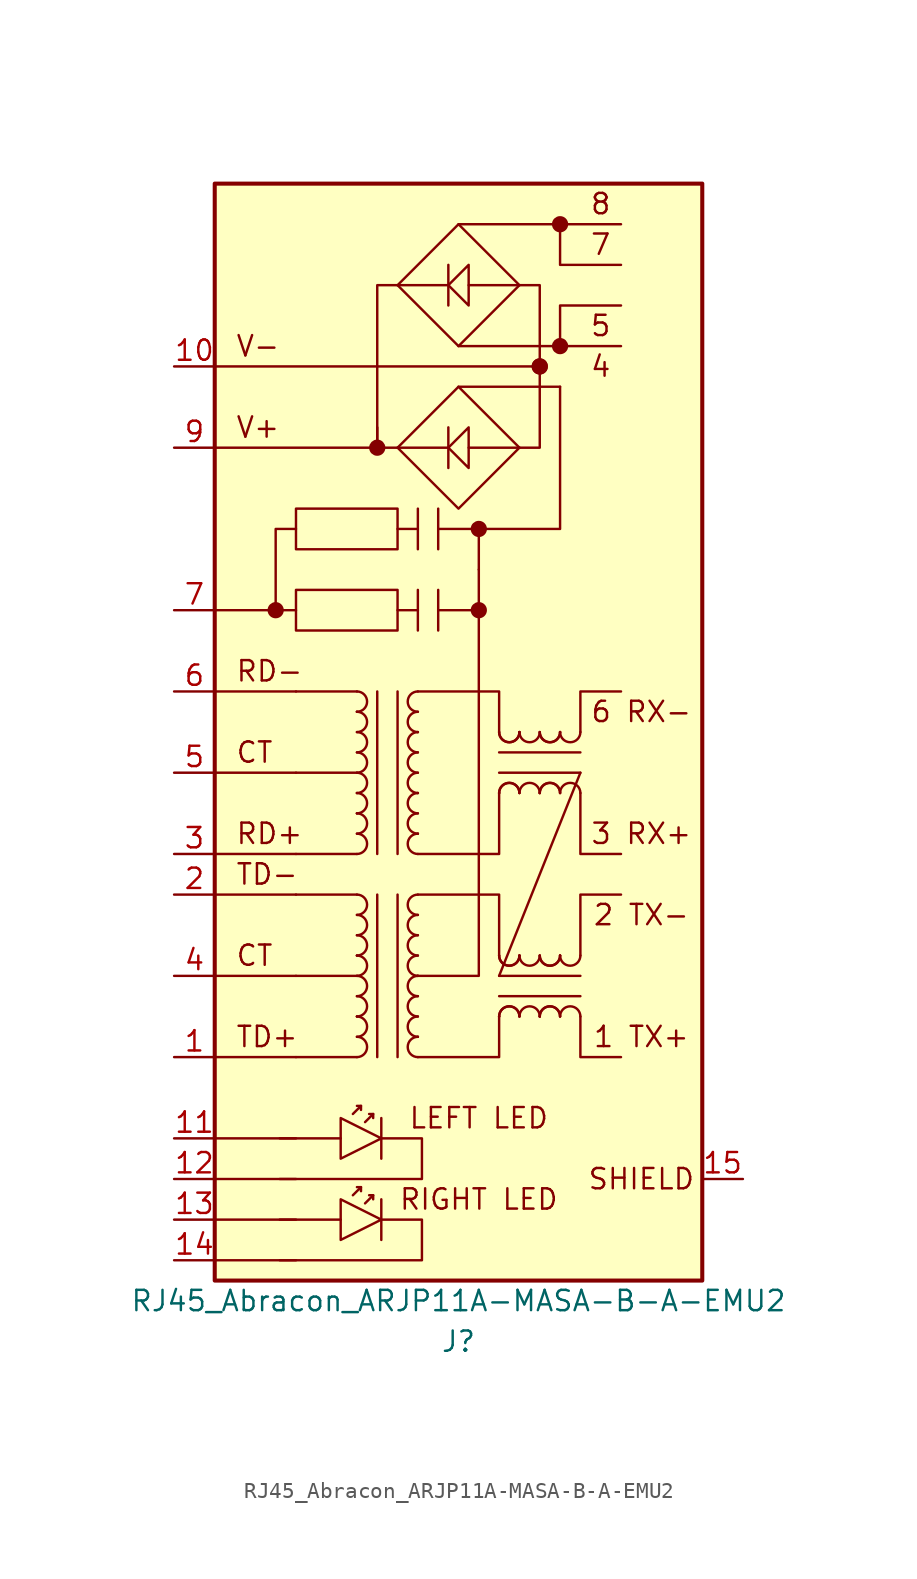
<source format=kicad_sym>
(kicad_symbol_lib
  (version 20220914)
  (generator kicad_symbol_editor)
  (symbol "RJ45_Abracon_ARJP11A-MASA-B-A-EMU2"
    (pin_names
      (offset 1.016) hide)
    (property "Reference" "J"
      (at 0 -38.1 0)
      (effects (font (size 1.27 1.27))))
    (property "Value" "RJ45_Abracon_ARJP11A-MASA-B-A-EMU2"
      (at 0 -35.56 0)
      (effects (font (size 1.27 1.27))))
    (symbol "RJ45_Abracon_ARJP11A-MASA-B-A-EMU2_0_0"
      (rectangle (start -15.24 -34.29) (end 15.24 34.29) (stroke (width 0.254) (type solid)) (fill (type background)))
      (rectangle (start -3.81 8.89) (end -10.16 6.35) (stroke (width 0) (type solid)) (fill (type none)))
      (polyline (pts (xy -15.24 -33.02) (xy -10.16 -33.02)) (stroke (width 0) (type solid)) (fill (type none)))
      (polyline (pts (xy -15.24 -30.48) (xy -10.16 -30.48)) (stroke (width 0) (type solid)) (fill (type none)))
      (polyline (pts (xy -15.24 -27.94) (xy -10.16 -27.94)) (stroke (width 0) (type solid)) (fill (type none)))
      (polyline (pts (xy -15.24 -25.4) (xy -10.16 -25.4)) (stroke (width 0) (type solid)) (fill (type none)))
      (polyline (pts (xy -15.24 -20.32) (xy -10.16 -20.32)) (stroke (width 0) (type solid)) (fill (type none)))
      (polyline (pts (xy -15.24 -15.24) (xy -10.16 -15.24)) (stroke (width 0) (type solid)) (fill (type none)))
      (polyline (pts (xy -15.24 -10.16) (xy -10.16 -10.16)) (stroke (width 0) (type solid)) (fill (type none)))
      (polyline (pts (xy -15.24 -7.62) (xy -10.16 -7.62)) (stroke (width 0) (type solid)) (fill (type none)))
      (polyline (pts (xy -15.24 -2.54) (xy -10.16 -2.54)) (stroke (width 0) (type solid)) (fill (type none)))
      (polyline (pts (xy -15.24 2.54) (xy -10.16 2.54)) (stroke (width 0) (type solid)) (fill (type none)))
      (polyline (pts (xy -15.24 22.86) (xy 5.08 22.86)) (stroke (width 0) (type solid)) (fill (type none)))
      (polyline (pts (xy -11.43 7.62) (xy -15.24 7.62)) (stroke (width 0) (type solid)) (fill (type none)))
      (polyline (pts (xy -11.176 -25.4) (xy -7.366 -25.4)) (stroke (width 0) (type solid)) (fill (type none)))
      (polyline (pts (xy -10.16 7.62) (xy -11.43 7.62)) (stroke (width 0) (type solid)) (fill (type none)))
      (polyline (pts (xy -5.08 17.78) (xy -15.24 17.78)) (stroke (width 0) (type solid)) (fill (type none)))
      (polyline (pts (xy -5.08 17.78) (xy -3.81 17.78)) (stroke (width 0) (type solid)) (fill (type none)))
      (polyline (pts (xy -5.08 19.05) (xy -5.08 17.78)) (stroke (width 0) (type solid)) (fill (type none)))
      (polyline (pts (xy -3.81 7.62) (xy -2.54 7.62)) (stroke (width 0) (type solid)) (fill (type none)))
      (polyline (pts (xy -3.81 12.7) (xy -2.54 12.7)) (stroke (width 0) (type solid)) (fill (type none)))
      (polyline (pts (xy -2.54 8.89) (xy -2.54 6.35)) (stroke (width 0) (type solid)) (fill (type none)))
      (polyline (pts (xy -1.27 8.89) (xy -1.27 6.35)) (stroke (width 0) (type solid)) (fill (type none)))
      (polyline (pts (xy -1.27 13.97) (xy -1.27 11.43)) (stroke (width 0) (type solid)) (fill (type none)))
      (polyline (pts (xy 0 21.59) (xy 6.35 21.59)) (stroke (width 0) (type solid)) (fill (type none)))
      (polyline (pts (xy 0 24.13) (xy 10.16 24.13)) (stroke (width 0) (type solid)) (fill (type none)))
      (polyline (pts (xy 0 31.75) (xy 10.16 31.75)) (stroke (width 0) (type solid)) (fill (type none)))
      (polyline (pts (xy 1.27 10.16) (xy 1.27 12.7)) (stroke (width 0) (type solid)) (fill (type none)))
      (polyline (pts (xy -10.16 12.7) (xy -11.43 12.7) (xy -11.43 7.62)) (stroke (width 0) (type solid)) (fill (type none)))
      (polyline (pts (xy -3.81 27.94) (xy -5.08 27.94) (xy -5.08 17.78)) (stroke (width 0) (type solid)) (fill (type none)))
      (polyline (pts (xy -1.27 12.7) (xy 0 12.7) (xy 1.27 12.7)) (stroke (width 0) (type solid)) (fill (type none)))
      (polyline (pts (xy 1.27 12.7) (xy 6.35 12.7) (xy 6.35 21.59)) (stroke (width 0) (type solid)) (fill (type none)))
      (polyline (pts (xy 6.35 24.13) (xy 6.35 26.67) (xy 10.16 26.67)) (stroke (width 0) (type solid)) (fill (type none)))
      (polyline (pts (xy 6.35 31.75) (xy 6.35 29.21) (xy 10.16 29.21)) (stroke (width 0) (type solid)) (fill (type none)))
      (polyline (pts (xy -4.826 -25.4) (xy -2.286 -25.4) (xy -2.286 -27.94) (xy -11.176 -27.94)) (stroke (width 0) (type solid)) (fill (type none)))
      (polyline (pts (xy -2.54 -15.24) (xy -1.27 -15.24) (xy 1.27 -15.24) (xy 1.27 10.16)) (stroke (width 0) (type solid)) (fill (type none)))
      (polyline (pts (xy 3.81 17.78) (xy 5.08 17.78) (xy 5.08 27.94) (xy 3.81 27.94)) (stroke (width 0) (type solid)) (fill (type none)))
      (polyline (pts (xy -3.81 17.78) (xy 0 13.97) (xy 3.81 17.78) (xy 0 21.59) (xy -3.81 17.78)) (stroke (width 0) (type solid)) (fill (type none)))
      (circle (center 1.27 7.62) (radius 0.0001) (stroke (width 0.508) (type solid)) (fill (type none)))
      (text "1 TX+" (at 11.43 -19.05 0) (effects (font (size 1.27 1.27))))
      (text "2 TX-" (at 11.43 -11.43 0) (effects (font (size 1.27 1.27))))
      (text "3 RX+" (at 11.43 -6.35 0) (effects (font (size 1.27 1.27))))
      (text "4" (at 8.89 22.86 0) (effects (font (size 1.27 1.27))))
      (text "5" (at 8.89 25.4 0) (effects (font (size 1.27 1.27))))
      (text "6 RX-" (at 11.43 1.27 0) (effects (font (size 1.27 1.27))))
      (text "7" (at 8.89 30.48 0) (effects (font (size 1.27 1.27))))
      (text "8" (at 8.89 33.02 0) (effects (font (size 1.27 1.27))))
      (text "CT" (at -13.97 -1.27 0) (effects (font (size 1.27 1.27)) (justify left)))
      (text "LEFT LED" (at 1.27 -24.13 0) (effects (font (size 1.27 1.27))))
      (text "RD-" (at -13.97 3.81 0) (effects (font (size 1.27 1.27)) (justify left)))
      (text "SHIELD" (at 11.43 -27.94 0) (effects (font (size 1.27 1.27))))
      (text "V+" (at -13.97 19.05 0) (effects (font (size 1.27 1.27)) (justify left)))
      (text "V-" (at -13.97 24.13 0) (effects (font (size 1.27 1.27)) (justify left))))
    (symbol "RJ45_Abracon_ARJP11A-MASA-B-A-EMU2_0_1"
      (arc (start -6.35 -16.51) (mid -5.7177 -15.875) (end -6.35 -15.24) (stroke (width 0) (type solid)) (fill (type none)))
      (arc (start -6.35 -15.24) (mid -5.7177 -14.605) (end -6.35 -13.97) (stroke (width 0) (type solid)) (fill (type none)))
      (arc (start -6.35 -13.97) (mid -6.35 -16.51) (end -6.35 -13.97) (stroke (width 0) (type solid)) (fill (type none)))
      (arc (start -6.35 -11.43) (mid -5.7177 -10.795) (end -6.35 -10.16) (stroke (width 0) (type solid)) (fill (type none)))
      (polyline (pts (xy -6.35 -20.32) (xy -10.16 -20.32)) (stroke (width 0) (type solid)) (fill (type none)))
      (polyline (pts (xy -6.35 -15.24) (xy -10.16 -15.24)) (stroke (width 0) (type solid)) (fill (type none)))
      (polyline (pts (xy -6.35 -10.16) (xy -10.16 -10.16)) (stroke (width 0) (type solid)) (fill (type none)))
      (polyline (pts (xy -6.35 -7.62) (xy -10.16 -7.62)) (stroke (width 0) (type solid)) (fill (type none)))
      (polyline (pts (xy -6.35 -2.54) (xy -10.16 -2.54)) (stroke (width 0) (type solid)) (fill (type none)))
      (polyline (pts (xy -6.35 2.54) (xy -10.16 2.54)) (stroke (width 0) (type solid)) (fill (type none)))
      (polyline (pts (xy -6.096 -28.448) (xy -6.35 -28.448)) (stroke (width 0) (type solid)) (fill (type none)))
      (polyline (pts (xy -5.334 -28.956) (xy -5.588 -28.956)) (stroke (width 0) (type solid)) (fill (type none)))
      (polyline (pts (xy -4.826 -24.13) (xy -4.826 -26.67)) (stroke (width 0) (type solid)) (fill (type none)))
      (polyline (pts (xy -1.27 7.62) (xy 1.27 7.62)) (stroke (width 0) (type solid)) (fill (type none)))
      (polyline (pts (xy -0.635 17.78) (xy -3.81 17.78)) (stroke (width 0) (type solid)) (fill (type none)))
      (polyline (pts (xy -0.635 19.05) (xy -0.635 16.51)) (stroke (width 0) (type solid)) (fill (type none)))
      (polyline (pts (xy 0.635 17.78) (xy 3.81 17.78)) (stroke (width 0) (type solid)) (fill (type none)))
      (polyline (pts (xy -6.604 -28.956) (xy -6.096 -28.448) (xy -6.096 -28.702)) (stroke (width 0) (type solid)) (fill (type none)))
      (polyline (pts (xy -5.842 -29.464) (xy -5.334 -28.956) (xy -5.334 -29.21)) (stroke (width 0) (type solid)) (fill (type none)))
      (polyline (pts (xy -7.366 -24.13) (xy -7.366 -26.67) (xy -4.826 -25.4) (xy -7.366 -24.13)) (stroke (width 0) (type solid)) (fill (type none)))
      (polyline (pts (xy 0.635 19.05) (xy 0.635 16.51) (xy -0.635 17.78) (xy 0.635 19.05)) (stroke (width 0) (type solid)) (fill (type none))))
    (symbol "RJ45_Abracon_ARJP11A-MASA-B-A-EMU2_1_1"
      (circle (center -11.43 7.62) (radius 0.0001) (stroke (width 0.508) (type solid)) (fill (type none)))
      (arc (start -6.35 -20.32) (mid -5.7177 -19.685) (end -6.35 -19.05) (stroke (width 0) (type solid)) (fill (type none)))
      (arc (start -6.35 -19.05) (mid -5.7177 -18.415) (end -6.35 -17.78) (stroke (width 0) (type solid)) (fill (type none)))
      (arc (start -6.35 -17.78) (mid -6.35 -20.32) (end -6.35 -17.78) (stroke (width 0) (type solid)) (fill (type none)))
      (arc (start -6.35 -17.78) (mid -5.7177 -17.145) (end -6.35 -16.51) (stroke (width 0) (type solid)) (fill (type none)))
      (arc (start -6.35 -13.97) (mid -5.7177 -13.335) (end -6.35 -12.7) (stroke (width 0) (type solid)) (fill (type none)))
      (arc (start -6.35 -12.7) (mid -5.7177 -12.065) (end -6.35 -11.43) (stroke (width 0) (type solid)) (fill (type none)))
      (arc (start -6.35 -7.62) (mid -5.7177 -6.985) (end -6.35 -6.35) (stroke (width 0) (type solid)) (fill (type none)))
      (arc (start -6.35 -6.35) (mid -5.7177 -5.715) (end -6.35 -5.08) (stroke (width 0) (type solid)) (fill (type none)))
      (arc (start -6.35 -5.08) (mid -6.35 -7.62) (end -6.35 -5.08) (stroke (width 0) (type solid)) (fill (type none)))
      (arc (start -6.35 -5.08) (mid -5.7177 -4.445) (end -6.35 -3.81) (stroke (width 0) (type solid)) (fill (type none)))
      (arc (start -6.35 -3.81) (mid -6.35 -6.35) (end -6.35 -3.81) (stroke (width 0) (type solid)) (fill (type none)))
      (arc (start -6.35 -3.81) (mid -5.7177 -3.175) (end -6.35 -2.54) (stroke (width 0) (type solid)) (fill (type none)))
      (arc (start -6.35 -2.54) (mid -5.7177 -1.905) (end -6.35 -1.27) (stroke (width 0) (type solid)) (fill (type none)))
      (arc (start -6.35 -1.27) (mid -5.7177 -0.635) (end -6.35 0) (stroke (width 0) (type solid)) (fill (type none)))
      (arc (start -6.35 0) (mid -5.7177 0.635) (end -6.35 1.27) (stroke (width 0) (type solid)) (fill (type none)))
      (arc (start -6.35 1.27) (mid -6.35 -1.27) (end -6.35 1.27) (stroke (width 0) (type solid)) (fill (type none)))
      (arc (start -6.35 1.27) (mid -5.7177 1.905) (end -6.35 2.54) (stroke (width 0) (type solid)) (fill (type none)))
      (circle (center -5.08 17.78) (radius 0.0001) (stroke (width 0.508) (type solid)) (fill (type none)))
      (rectangle (start -3.81 13.97) (end -10.16 11.43) (stroke (width 0) (type solid)) (fill (type none)))
      (arc (start -2.54 -19.05) (mid -3.1723 -19.685) (end -2.54 -20.32) (stroke (width 0) (type solid)) (fill (type none)))
      (arc (start -2.54 -19.05) (mid -2.54 -16.51) (end -2.54 -19.05) (stroke (width 0) (type solid)) (fill (type none)))
      (arc (start -2.54 -17.78) (mid -3.1723 -18.415) (end -2.54 -19.05) (stroke (width 0) (type solid)) (fill (type none)))
      (arc (start -2.54 -16.51) (mid -3.1723 -17.145) (end -2.54 -17.78) (stroke (width 0) (type solid)) (fill (type none)))
      (arc (start -2.54 -15.24) (mid -3.1723 -15.875) (end -2.54 -16.51) (stroke (width 0) (type solid)) (fill (type none)))
      (arc (start -2.54 -15.24) (mid -2.54 -12.7) (end -2.54 -15.24) (stroke (width 0) (type solid)) (fill (type none)))
      (arc (start -2.54 -13.97) (mid -3.1723 -14.605) (end -2.54 -15.24) (stroke (width 0) (type solid)) (fill (type none)))
      (arc (start -2.54 -12.7) (mid -3.1723 -13.335) (end -2.54 -13.97) (stroke (width 0) (type solid)) (fill (type none)))
      (arc (start -2.54 -11.43) (mid -3.1723 -12.065) (end -2.54 -12.7) (stroke (width 0) (type solid)) (fill (type none)))
      (arc (start -2.54 -10.16) (mid -3.1723 -10.795) (end -2.54 -11.43) (stroke (width 0) (type solid)) (fill (type none)))
      (arc (start -2.54 -6.35) (mid -3.1723 -6.985) (end -2.54 -7.62) (stroke (width 0) (type solid)) (fill (type none)))
      (arc (start -2.54 -6.35) (mid -2.54 -3.81) (end -2.54 -6.35) (stroke (width 0) (type solid)) (fill (type none)))
      (arc (start -2.54 -5.08) (mid -3.1723 -5.715) (end -2.54 -6.35) (stroke (width 0) (type solid)) (fill (type none)))
      (arc (start -2.54 -3.81) (mid -3.1723 -4.445) (end -2.54 -5.08) (stroke (width 0) (type solid)) (fill (type none)))
      (arc (start -2.54 -3.81) (mid -2.54 -1.27) (end -2.54 -3.81) (stroke (width 0) (type solid)) (fill (type none)))
      (arc (start -2.54 -2.54) (mid -3.1723 -3.175) (end -2.54 -3.81) (stroke (width 0) (type solid)) (fill (type none)))
      (arc (start -2.54 -1.27) (mid -3.1723 -1.905) (end -2.54 -2.54) (stroke (width 0) (type solid)) (fill (type none)))
      (arc (start -2.54 0) (mid -3.1723 -0.635) (end -2.54 -1.27) (stroke (width 0) (type solid)) (fill (type none)))
      (arc (start -2.54 0) (mid -2.54 2.54) (end -2.54 0) (stroke (width 0) (type solid)) (fill (type none)))
      (arc (start -2.54 1.27) (mid -3.1723 0.635) (end -2.54 0) (stroke (width 0) (type solid)) (fill (type none)))
      (arc (start -2.54 2.54) (mid -3.1723 1.905) (end -2.54 1.27) (stroke (width 0) (type solid)) (fill (type none)))
      (polyline (pts (xy -11.176 -30.48) (xy -7.366 -30.48)) (stroke (width 0) (type solid)) (fill (type none)))
      (polyline (pts (xy -6.096 -23.368) (xy -6.35 -23.368)) (stroke (width 0) (type solid)) (fill (type none)))
      (polyline (pts (xy -5.334 -23.876) (xy -5.588 -23.876)) (stroke (width 0) (type solid)) (fill (type none)))
      (polyline (pts (xy -5.08 -10.16) (xy -5.08 -20.32)) (stroke (width 0) (type solid)) (fill (type none)))
      (polyline (pts (xy -5.08 2.54) (xy -5.08 -7.62)) (stroke (width 0) (type solid)) (fill (type none)))
      (polyline (pts (xy -4.826 -29.21) (xy -4.826 -31.75)) (stroke (width 0) (type solid)) (fill (type none)))
      (polyline (pts (xy -3.81 -20.32) (xy -3.81 -10.16)) (stroke (width 0) (type solid)) (fill (type none)))
      (polyline (pts (xy -3.81 -7.62) (xy -3.81 2.54)) (stroke (width 0) (type solid)) (fill (type none)))
      (polyline (pts (xy -2.54 13.97) (xy -2.54 11.43)) (stroke (width 0) (type solid)) (fill (type none)))
      (polyline (pts (xy -0.635 27.94) (xy -3.81 27.94)) (stroke (width 0) (type solid)) (fill (type none)))
      (polyline (pts (xy -0.635 29.21) (xy -0.635 26.67)) (stroke (width 0) (type solid)) (fill (type none)))
      (polyline (pts (xy 0.635 27.94) (xy 3.81 27.94)) (stroke (width 0) (type solid)) (fill (type none)))
      (polyline (pts (xy 2.54 -16.51) (xy 7.62 -16.51)) (stroke (width 0) (type solid)) (fill (type none)))
      (polyline (pts (xy 2.54 -15.24) (xy 7.62 -2.54)) (stroke (width 0) (type solid)) (fill (type none)))
      (polyline (pts (xy 2.54 -2.54) (xy 7.62 -2.54)) (stroke (width 0) (type solid)) (fill (type none)))
      (polyline (pts (xy 7.62 -15.24) (xy 2.54 -15.24)) (stroke (width 0) (type solid)) (fill (type none)))
      (polyline (pts (xy 7.62 -1.27) (xy 2.54 -1.27)) (stroke (width 0) (type solid)) (fill (type none)))
      (polyline (pts (xy -6.604 -23.876) (xy -6.096 -23.368) (xy -6.096 -23.622)) (stroke (width 0) (type solid)) (fill (type none)))
      (polyline (pts (xy -5.842 -24.384) (xy -5.334 -23.876) (xy -5.334 -24.13)) (stroke (width 0) (type solid)) (fill (type none)))
      (polyline (pts (xy -2.54 -10.16) (xy 2.54 -10.16) (xy 2.54 -13.97)) (stroke (width 0) (type solid)) (fill (type none)))
      (polyline (pts (xy -2.54 -7.62) (xy 2.54 -7.62) (xy 2.54 -3.81)) (stroke (width 0) (type solid)) (fill (type none)))
      (polyline (pts (xy -2.54 2.54) (xy 2.54 2.54) (xy 2.54 0)) (stroke (width 0) (type solid)) (fill (type none)))
      (polyline (pts (xy 2.54 -17.78) (xy 2.54 -20.32) (xy -2.54 -20.32)) (stroke (width 0) (type solid)) (fill (type none)))
      (polyline (pts (xy 7.62 -17.78) (xy 7.62 -20.32) (xy 10.16 -20.32)) (stroke (width 0) (type solid)) (fill (type none)))
      (polyline (pts (xy 7.62 -13.97) (xy 7.62 -10.16) (xy 10.16 -10.16)) (stroke (width 0) (type solid)) (fill (type none)))
      (polyline (pts (xy 7.62 -3.81) (xy 7.62 -7.62) (xy 10.16 -7.62)) (stroke (width 0) (type solid)) (fill (type none)))
      (polyline (pts (xy 7.62 0) (xy 7.62 2.54) (xy 10.16 2.54)) (stroke (width 0) (type solid)) (fill (type none)))
      (polyline (pts (xy -7.366 -29.21) (xy -7.366 -31.75) (xy -4.826 -30.48) (xy -7.366 -29.21)) (stroke (width 0) (type solid)) (fill (type none)))
      (polyline (pts (xy -4.826 -30.48) (xy -2.286 -30.48) (xy -2.286 -33.02) (xy -11.176 -33.02)) (stroke (width 0) (type solid)) (fill (type none)))
      (polyline (pts (xy 0.635 29.21) (xy 0.635 26.67) (xy -0.635 27.94) (xy 0.635 29.21)) (stroke (width 0) (type solid)) (fill (type none)))
      (polyline (pts (xy -3.81 27.94) (xy 0 24.13) (xy 3.81 27.94) (xy 0 31.75) (xy -3.81 27.94)) (stroke (width 0) (type solid)) (fill (type none)))
      (circle (center 1.27 12.7) (radius 0.0001) (stroke (width 0.508) (type solid)) (fill (type none)))
      (arc (start 2.54 -17.78) (mid 5.08 -17.78) (end 2.54 -17.78) (stroke (width 0) (type solid)) (fill (type none)))
      (arc (start 2.54 -13.97) (mid 3.175 -14.6023) (end 3.81 -13.97) (stroke (width 0) (type solid)) (fill (type none)))
      (arc (start 2.54 -13.97) (mid 3.175 -14.6023) (end 3.81 -13.97) (stroke (width 0) (type solid)) (fill (type none)))
      (arc (start 2.54 -3.81) (mid 5.08 -3.81) (end 2.54 -3.81) (stroke (width 0) (type solid)) (fill (type none)))
      (arc (start 2.54 0) (mid 3.175 -0.6323) (end 3.81 0) (stroke (width 0) (type solid)) (fill (type none)))
      (arc (start 2.54 0) (mid 3.175 -0.6323) (end 3.81 0) (stroke (width 0) (type solid)) (fill (type none)))
      (arc (start 3.81 -17.78) (mid 3.175 -17.1477) (end 2.54 -17.78) (stroke (width 0) (type solid)) (fill (type none)))
      (arc (start 3.81 -17.78) (mid 3.175 -17.1477) (end 2.54 -17.78) (stroke (width 0) (type solid)) (fill (type none)))
      (arc (start 3.81 -13.97) (mid 1.27 -13.97) (end 3.81 -13.97) (stroke (width 0) (type solid)) (fill (type none)))
      (arc (start 3.81 -13.97) (mid 4.445 -14.6023) (end 5.08 -13.97) (stroke (width 0) (type solid)) (fill (type none)))
      (arc (start 3.81 -3.81) (mid 3.175 -3.1777) (end 2.54 -3.81) (stroke (width 0) (type solid)) (fill (type none)))
      (arc (start 3.81 -3.81) (mid 3.175 -3.1777) (end 2.54 -3.81) (stroke (width 0) (type solid)) (fill (type none)))
      (arc (start 3.81 0) (mid 1.27 0) (end 3.81 0) (stroke (width 0) (type solid)) (fill (type none)))
      (arc (start 3.81 0) (mid 4.445 -0.6323) (end 5.08 0) (stroke (width 0) (type solid)) (fill (type none)))
      (arc (start 5.08 -17.78) (mid 4.445 -17.1477) (end 3.81 -17.78) (stroke (width 0) (type solid)) (fill (type none)))
      (arc (start 5.08 -17.78) (mid 7.62 -17.78) (end 5.08 -17.78) (stroke (width 0) (type solid)) (fill (type none)))
      (arc (start 5.08 -13.97) (mid 5.715 -14.6023) (end 6.35 -13.97) (stroke (width 0) (type solid)) (fill (type none)))
      (arc (start 5.08 -13.97) (mid 5.715 -14.6023) (end 6.35 -13.97) (stroke (width 0) (type solid)) (fill (type none)))
      (arc (start 5.08 -3.81) (mid 4.445 -3.1777) (end 3.81 -3.81) (stroke (width 0) (type solid)) (fill (type none)))
      (arc (start 5.08 -3.81) (mid 7.62 -3.81) (end 5.08 -3.81) (stroke (width 0) (type solid)) (fill (type none)))
      (arc (start 5.08 0) (mid 5.715 -0.6323) (end 6.35 0) (stroke (width 0) (type solid)) (fill (type none)))
      (arc (start 5.08 0) (mid 5.715 -0.6323) (end 6.35 0) (stroke (width 0) (type solid)) (fill (type none)))
      (circle (center 5.08 22.86) (radius 0.0001) (stroke (width 0.508) (type solid)) (fill (type none)))
      (circle (center 5.08 22.86) (radius 0.0001) (stroke (width 0.508) (type solid)) (fill (type none)))
      (arc (start 6.35 -17.78) (mid 5.715 -17.1477) (end 5.08 -17.78) (stroke (width 0) (type solid)) (fill (type none)))
      (arc (start 6.35 -17.78) (mid 5.715 -17.1477) (end 5.08 -17.78) (stroke (width 0) (type solid)) (fill (type none)))
      (arc (start 6.35 -13.97) (mid 3.81 -13.97) (end 6.35 -13.97) (stroke (width 0) (type solid)) (fill (type none)))
      (arc (start 6.35 -13.97) (mid 6.985 -14.6023) (end 7.62 -13.97) (stroke (width 0) (type solid)) (fill (type none)))
      (arc (start 6.35 -3.81) (mid 5.715 -3.1777) (end 5.08 -3.81) (stroke (width 0) (type solid)) (fill (type none)))
      (arc (start 6.35 -3.81) (mid 5.715 -3.1777) (end 5.08 -3.81) (stroke (width 0) (type solid)) (fill (type none)))
      (arc (start 6.35 0) (mid 3.81 0) (end 6.35 0) (stroke (width 0) (type solid)) (fill (type none)))
      (arc (start 6.35 0) (mid 6.985 -0.6323) (end 7.62 0) (stroke (width 0) (type solid)) (fill (type none)))
      (circle (center 6.35 24.13) (radius 0.0001) (stroke (width 0.508) (type solid)) (fill (type none)))
      (circle (center 6.35 31.75) (radius 0.0001) (stroke (width 0.508) (type solid)) (fill (type none)))
      (arc (start 7.62 -17.78) (mid 6.985 -17.1477) (end 6.35 -17.78) (stroke (width 0) (type solid)) (fill (type none)))
      (arc (start 7.62 -3.81) (mid 6.985 -3.1777) (end 6.35 -3.81) (stroke (width 0) (type solid)) (fill (type none)))
      (text "CT" (at -13.97 -13.97 0) (effects (font (size 1.27 1.27)) (justify left)))
      (text "RD+" (at -13.97 -6.35 0) (effects (font (size 1.27 1.27)) (justify left)))
      (text "RIGHT LED" (at 1.27 -29.21 0) (effects (font (size 1.27 1.27))))
      (text "TD+" (at -13.97 -19.05 0) (effects (font (size 1.27 1.27)) (justify left)))
      (text "TD-" (at -13.97 -8.89 0) (effects (font (size 1.27 1.27)) (justify left)))
      (pin passive line (at -17.78 -20.32 0) (length 2.54) (name "TD+" (effects (font (size 1.27 1.27)))) (number "1" (effects (font (size 1.27 1.27)))))
      (pin power_out line (at -17.78 22.86 0) (length 2.54) (name "V-" (effects (font (size 1.27 1.27)))) (number "10" (effects (font (size 1.27 1.27)))))
      (pin passive line (at -17.78 -25.4 0) (length 2.54) (name "LLED+" (effects (font (size 1.27 1.27)))) (number "11" (effects (font (size 1.27 1.27)))))
      (pin passive line (at -17.78 -27.94 0) (length 2.54) (name "LLED-" (effects (font (size 1.27 1.27)))) (number "12" (effects (font (size 1.27 1.27)))))
      (pin passive line (at -17.78 -30.48 0) (length 2.54) (name "RLED+" (effects (font (size 1.27 1.27)))) (number "13" (effects (font (size 1.27 1.27)))))
      (pin passive line (at -17.78 -33.02 0) (length 2.54) (name "RLED-" (effects (font (size 1.27 1.27)))) (number "14" (effects (font (size 1.27 1.27)))))
      (pin passive line (at 17.78 -27.94 180) (length 2.54) (name "SHIELD" (effects (font (size 1.27 1.27)))) (number "15" (effects (font (size 1.27 1.27)))))
      (pin passive line (at -17.78 -10.16 0) (length 2.54) (name "TD-" (effects (font (size 1.27 1.27)))) (number "2" (effects (font (size 1.27 1.27)))))
      (pin passive line (at -17.78 -7.62 0) (length 2.54) (name "RD+" (effects (font (size 1.27 1.27)))) (number "3" (effects (font (size 1.27 1.27)))))
      (pin passive line (at -17.78 -15.24 0) (length 2.54) (name "CT" (effects (font (size 1.27 1.27)))) (number "4" (effects (font (size 1.27 1.27)))))
      (pin passive line (at -17.78 -2.54 0) (length 2.54) (name "CT" (effects (font (size 1.27 1.27)))) (number "5" (effects (font (size 1.27 1.27)))))
      (pin passive line (at -17.78 2.54 0) (length 2.54) (name "RD-" (effects (font (size 1.27 1.27)))) (number "6" (effects (font (size 1.27 1.27)))))
      (pin passive line (at -17.78 7.62 0) (length 2.54) (name "7" (effects (font (size 1.27 1.27)))) (number "7" (effects (font (size 1.27 1.27)))))
      (pin power_out line (at -17.78 17.78 0) (length 2.54) (name "V+" (effects (font (size 1.27 1.27)))) (number "9" (effects (font (size 1.27 1.27))))))))
</source>
